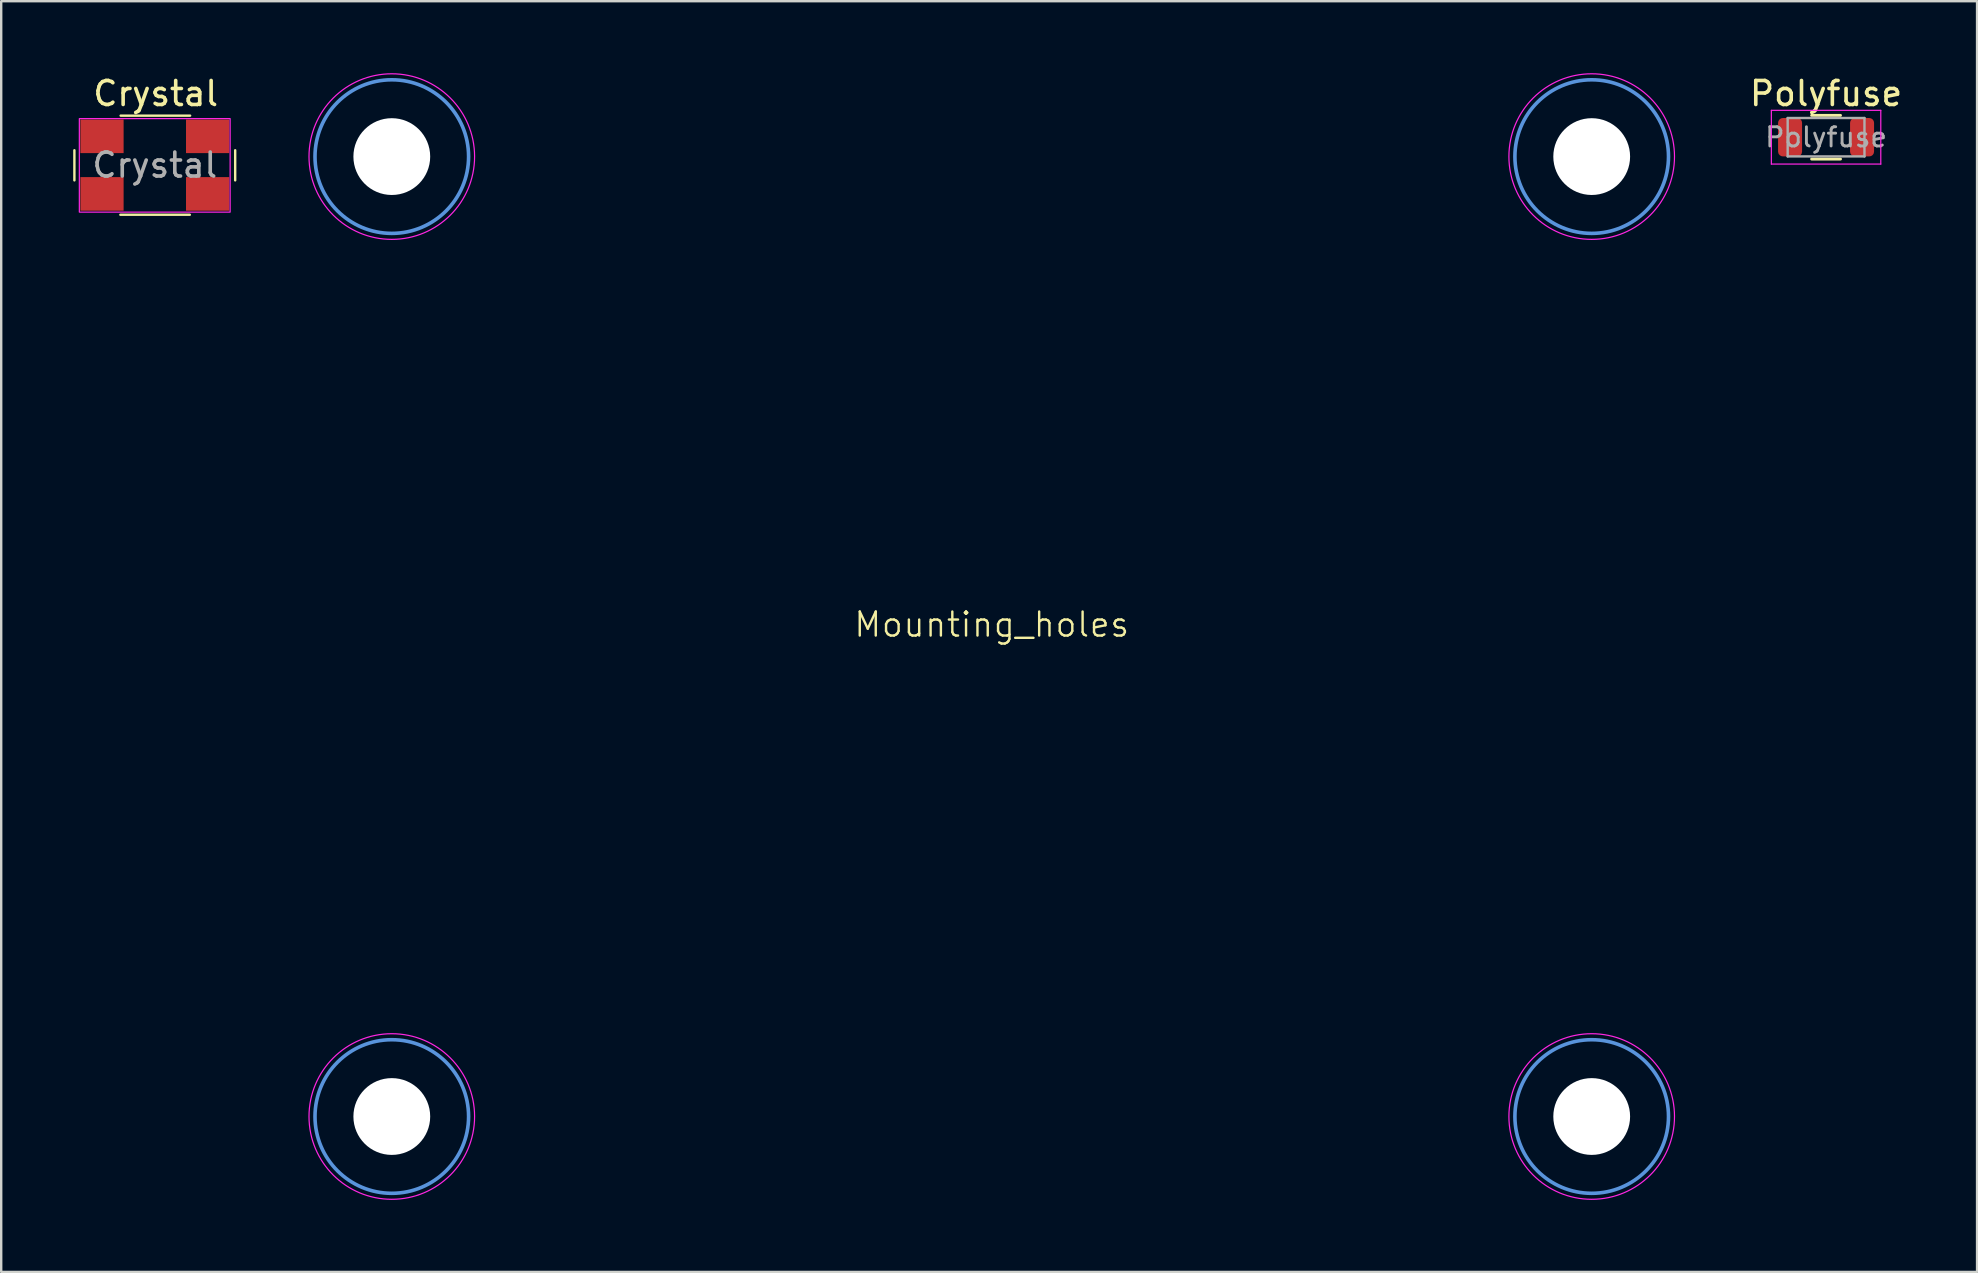
<source format=kicad_pcb>
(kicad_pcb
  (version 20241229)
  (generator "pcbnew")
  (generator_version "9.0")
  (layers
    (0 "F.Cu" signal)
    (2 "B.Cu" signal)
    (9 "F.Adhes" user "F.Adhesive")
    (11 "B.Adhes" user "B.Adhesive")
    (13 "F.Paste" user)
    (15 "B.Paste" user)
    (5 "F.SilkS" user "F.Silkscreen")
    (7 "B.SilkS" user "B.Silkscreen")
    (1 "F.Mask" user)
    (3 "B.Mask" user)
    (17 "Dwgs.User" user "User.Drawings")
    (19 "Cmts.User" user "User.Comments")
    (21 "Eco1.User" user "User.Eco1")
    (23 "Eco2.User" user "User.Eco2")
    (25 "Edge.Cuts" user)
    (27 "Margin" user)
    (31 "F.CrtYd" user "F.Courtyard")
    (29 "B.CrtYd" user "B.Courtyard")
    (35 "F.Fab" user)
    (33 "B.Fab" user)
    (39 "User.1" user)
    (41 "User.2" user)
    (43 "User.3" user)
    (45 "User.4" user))
  (footprint "Crystal"
    (layer "F.Cu")
    (at 3.401 3.83)
    (property "Reference" "Crystal" (at 0.037 -2.982 0) (layer "F.SilkS") (effects (font (size 1 1) (thickness 0.15))))
    (attr smd)
    (fp_line (start -3.351 -0.619) (end -3.351 0.636) (stroke (width 0.1) (type default)) (layer "F.SilkS"))
    (fp_line (start -1.436 2.069) (end 1.459 2.069) (stroke (width 0.1) (type default)) (layer "F.SilkS"))
    (fp_line (start -1.424 -2.061) (end 1.472 -2.061) (stroke (width 0.1) (type default)) (layer "F.SilkS"))
    (fp_line (start 3.349 -0.619) (end 3.349 0.636) (stroke (width 0.1) (type default)) (layer "F.SilkS"))
    (fp_rect (start -3.145 -1.937) (end 3.139 1.959) (stroke (width 0.05) (type default)) (fill no) (layer "F.CrtYd"))
    (fp_text user "${REFERENCE}" (at 0 0 0) (layer "F.Fab") (effects (font (size 1 1) (thickness 0.15))))
    (pad "1" smd rect (at -2.2 1.2 270) (size 1.4 1.8) (layers "F.Cu" "F.Mask" "F.Paste"))
    (pad "2" smd rect (at -2.2 -1.2 270) (size 1.4 1.8) (layers "F.Cu" "F.Mask" "F.Paste"))
    (pad "3" smd rect (at 2.2 -1.2 270) (size 1.4 1.8) (layers "F.Cu" "F.Mask" "F.Paste"))
    (pad "4" smd rect (at 2.2 1.2 270) (size 1.4 1.8) (layers "F.Cu" "F.Mask" "F.Paste")))
  (footprint "Mounting_holes"
    (layer "F.Cu")
    (at 38.276 23.475)
    (property "Reference" "Mounting_holes" (at 0 -0.5 0) (unlocked yes) (layer "F.SilkS") (effects (font (size 1 1) (thickness 0.1))))
    (attr smd)
    (fp_circle (center -25 -20) (end -21.8 -20) (stroke (width 0.15) (type solid)) (fill no) (layer "Cmts.User"))
    (fp_circle (center -25 20) (end -21.8 20) (stroke (width 0.15) (type solid)) (fill no) (layer "Cmts.User"))
    (fp_circle (center 25 -20) (end 28.2 -20) (stroke (width 0.15) (type solid)) (fill no) (layer "Cmts.User"))
    (fp_circle (center 25 20) (end 28.2 20) (stroke (width 0.15) (type solid)) (fill no) (layer "Cmts.User"))
    (fp_circle (center -25 -20) (end -21.55 -20) (stroke (width 0.05) (type solid)) (fill no) (layer "F.CrtYd"))
    (fp_circle (center -25 20) (end -21.55 20) (stroke (width 0.05) (type solid)) (fill no) (layer "F.CrtYd"))
    (fp_circle (center 25 -20) (end 28.45 -20) (stroke (width 0.05) (type solid)) (fill no) (layer "F.CrtYd"))
    (fp_circle (center 25 20) (end 28.45 20) (stroke (width 0.05) (type solid)) (fill no) (layer "F.CrtYd"))
    (pad "" np_thru_hole circle (at -25 -20) (size 3.2 3.2) (drill 3.2) (layers "*.Cu" "*.Mask"))
    (pad "" np_thru_hole circle (at -25 20) (size 3.2 3.2) (drill 3.2) (layers "*.Cu" "*.Mask"))
    (pad "" np_thru_hole circle (at 25 -20) (size 3.2 3.2) (drill 3.2) (layers "*.Cu" "*.Mask"))
    (pad "" np_thru_hole circle (at 25 20) (size 3.2 3.2) (drill 3.2) (layers "*.Cu" "*.Mask")))
  (footprint "Polyfuse"
    (layer "F.Cu")
    (at 73.042 2.668)
    (property "Reference" "Polyfuse" (at 0 -1.82 0) (layer "F.SilkS") (effects (font (size 1 1) (thickness 0.15))))
    (attr smd)
    (fp_line (start -0.602 -0.91) (end 0.602 -0.91) (stroke (width 0.12) (type solid)) (layer "F.SilkS"))
    (fp_line (start -0.602 0.91) (end 0.602 0.91) (stroke (width 0.12) (type solid)) (layer "F.SilkS"))
    (fp_line (start -2.28 -1.12) (end 2.28 -1.12) (stroke (width 0.05) (type solid)) (layer "F.CrtYd"))
    (fp_line (start -2.28 1.12) (end -2.28 -1.12) (stroke (width 0.05) (type solid)) (layer "F.CrtYd"))
    (fp_line (start 2.28 -1.12) (end 2.28 1.12) (stroke (width 0.05) (type solid)) (layer "F.CrtYd"))
    (fp_line (start 2.28 1.12) (end -2.28 1.12) (stroke (width 0.05) (type solid)) (layer "F.CrtYd"))
    (fp_line (start -1.6 -0.8) (end 1.6 -0.8) (stroke (width 0.1) (type solid)) (layer "F.Fab"))
    (fp_line (start -1.6 0.8) (end -1.6 -0.8) (stroke (width 0.1) (type solid)) (layer "F.Fab"))
    (fp_line (start 1.6 -0.8) (end 1.6 0.8) (stroke (width 0.1) (type solid)) (layer "F.Fab"))
    (fp_line (start 1.6 0.8) (end -1.6 0.8) (stroke (width 0.1) (type solid)) (layer "F.Fab"))
    (fp_text user "${REFERENCE}" (at 0 0 0) (layer "F.Fab") (effects (font (size 0.8 0.8) (thickness 0.12))))
    (pad "1" smd roundrect (at -1.5 0) (size 1 1.6) (layers "F.Cu" "F.Mask" "F.Paste") (roundrect_rratio 0.2))
    (pad "2" smd roundrect (at 1.5 0) (size 1 1.6) (layers "F.Cu" "F.Mask" "F.Paste") (roundrect_rratio 0.2)))
  (gr_rect
    (start -3 -3)
    (end 79.334 49.95)
    (stroke (width 0.1) (type default))
    (fill no)
    (layer "Edge.Cuts")))
</source>
